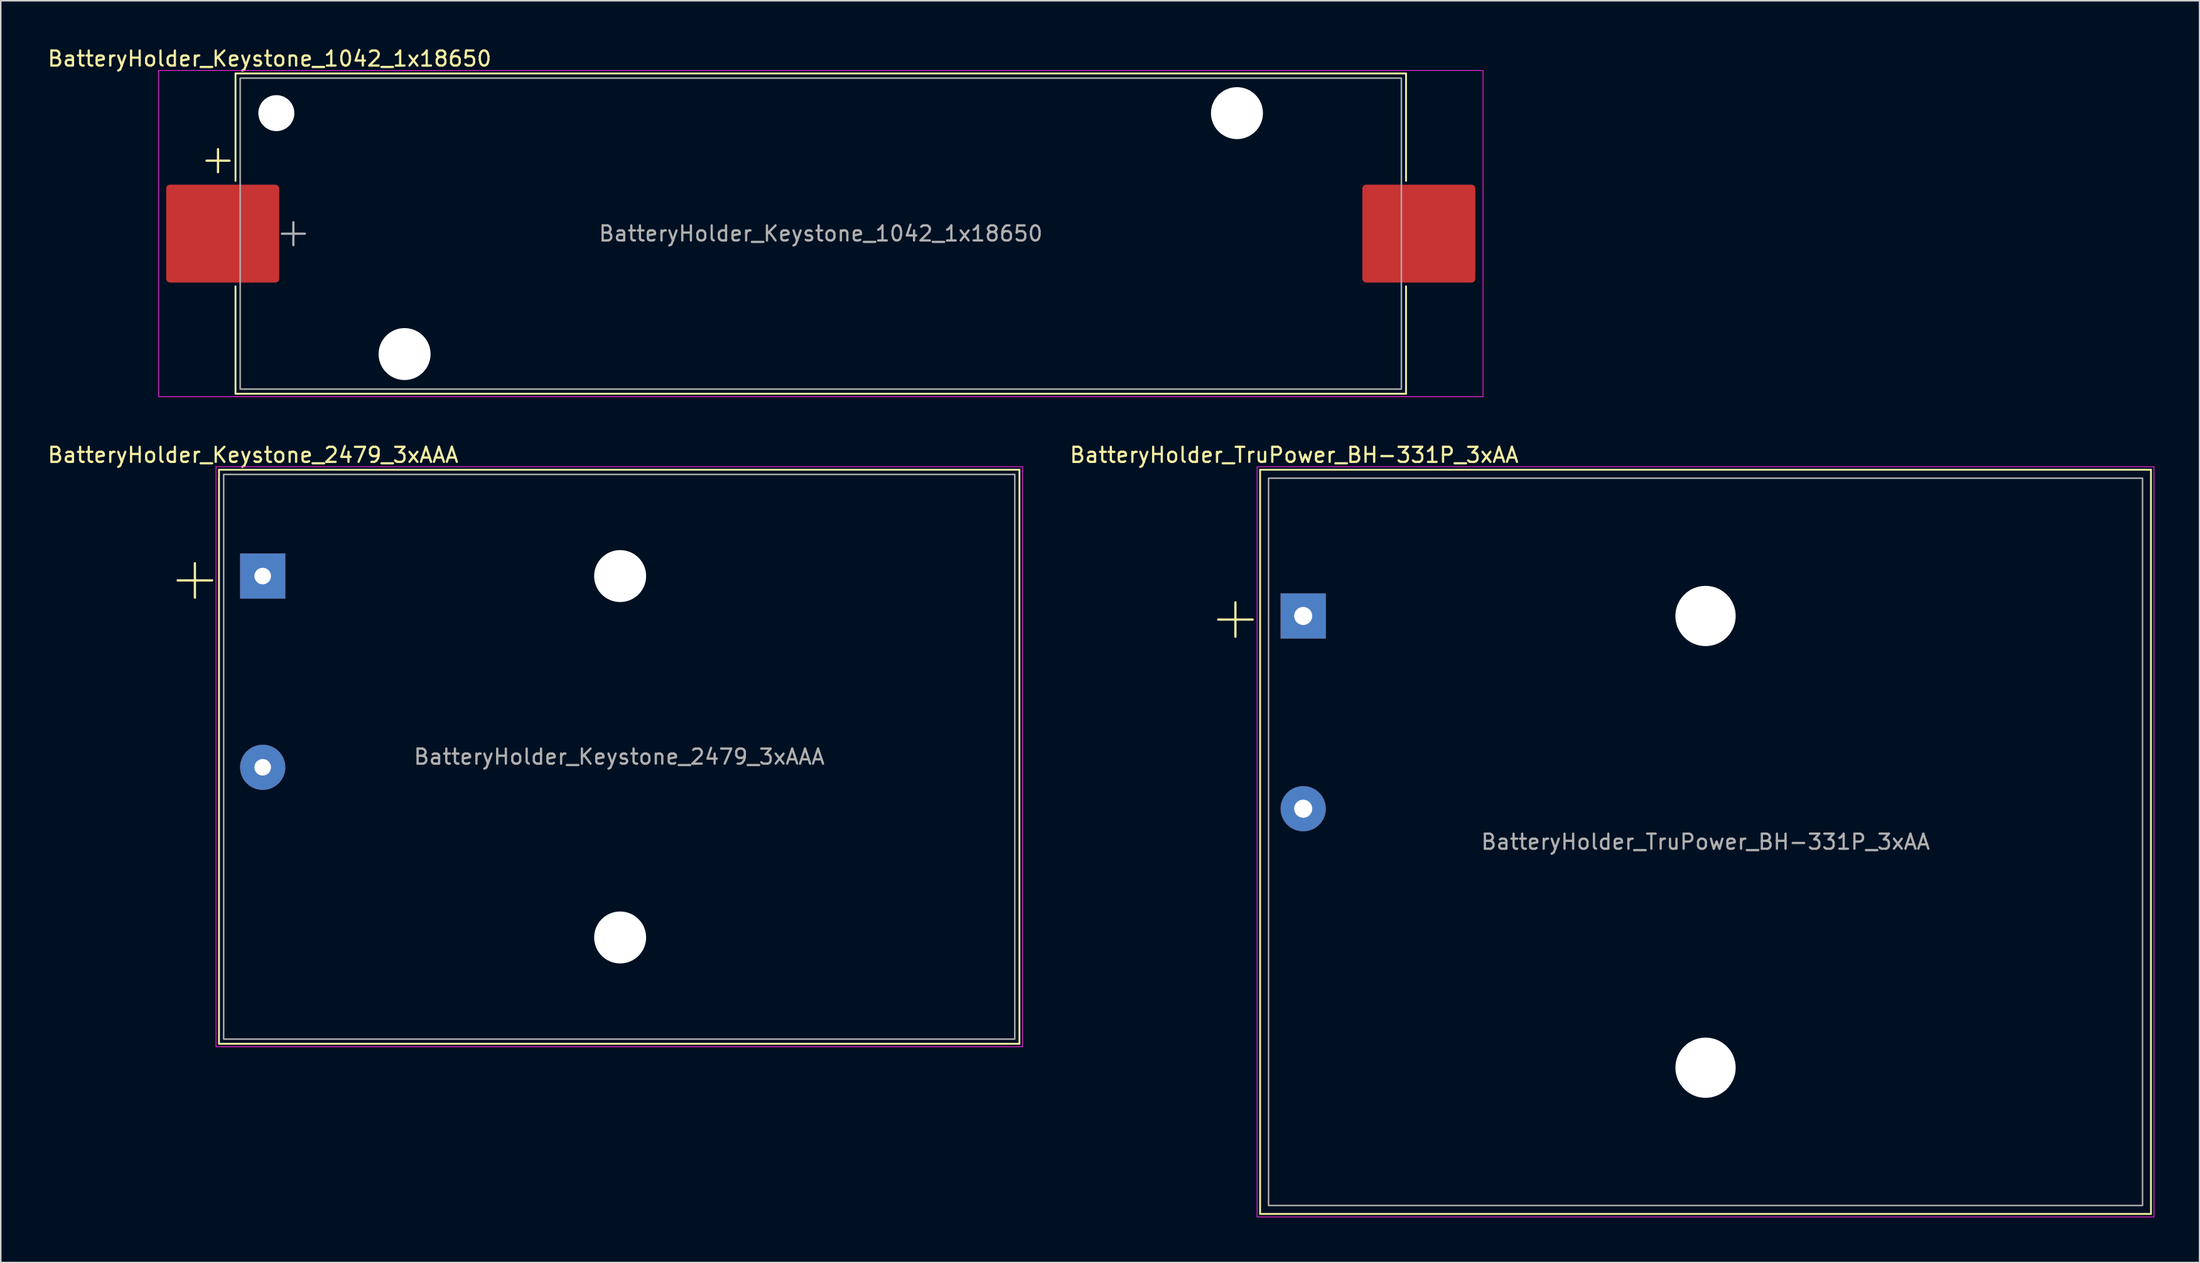
<source format=kicad_pcb>
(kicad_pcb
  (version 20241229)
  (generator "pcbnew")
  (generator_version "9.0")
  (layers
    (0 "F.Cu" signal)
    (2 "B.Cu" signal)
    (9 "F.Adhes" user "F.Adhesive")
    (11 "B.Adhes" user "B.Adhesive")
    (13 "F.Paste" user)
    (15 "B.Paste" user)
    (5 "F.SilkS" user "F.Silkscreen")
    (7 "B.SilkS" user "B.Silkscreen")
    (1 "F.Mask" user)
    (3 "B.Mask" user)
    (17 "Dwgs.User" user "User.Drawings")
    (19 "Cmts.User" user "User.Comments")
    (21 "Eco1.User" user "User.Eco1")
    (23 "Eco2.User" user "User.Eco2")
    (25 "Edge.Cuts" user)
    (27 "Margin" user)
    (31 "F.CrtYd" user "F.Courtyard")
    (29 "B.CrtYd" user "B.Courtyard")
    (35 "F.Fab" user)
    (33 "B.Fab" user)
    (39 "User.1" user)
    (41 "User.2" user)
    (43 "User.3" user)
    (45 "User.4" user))
  (footprint "BatteryHolder_Keystone_2479_3xAAA"
    (layer "F.Cu")
    (at 14.384 35.206)
    (property "Reference" "BatteryHolder_Keystone_2479_3xAAA" (at -0.64 -8.04 0) (layer "F.SilkS") (effects (font (size 1 1) (thickness 0.15))))
    (attr through_hole)
    (fp_line (start -2.9 -7.06) (end -2.9 31.06) (stroke (width 0.12) (type solid)) (layer "F.SilkS"))
    (fp_line (start -2.9 -7.06) (end 50.22 -7.06) (stroke (width 0.12) (type solid)) (layer "F.SilkS"))
    (fp_line (start -2.9 31.06) (end 50.22 31.06) (stroke (width 0.12) (type solid)) (layer "F.SilkS"))
    (fp_line (start 50.22 -7.06) (end 50.22 31.06) (stroke (width 0.12) (type solid)) (layer "F.SilkS"))
    (fp_line (start -3.1 -7.26) (end -3.1 31.26) (stroke (width 0.05) (type solid)) (layer "F.CrtYd"))
    (fp_line (start -3.1 31.26) (end 50.42 31.26) (stroke (width 0.05) (type solid)) (layer "F.CrtYd"))
    (fp_line (start 50.42 -7.26) (end -3.1 -7.26) (stroke (width 0.05) (type solid)) (layer "F.CrtYd"))
    (fp_line (start 50.42 31.26) (end 50.42 -7.26) (stroke (width 0.05) (type solid)) (layer "F.CrtYd"))
    (fp_rect (start -2.59 -6.75) (end 49.91 30.75) (stroke (width 0.1) (type solid)) (fill no) (layer "F.Fab"))
    (fp_text user "+" (at -4.5 0.05 0) (layer "F.SilkS") (effects (font (size 3 3) (thickness 0.15))))
    (fp_text user "${REFERENCE}" (at 23.66 12 0) (layer "F.Fab") (effects (font (size 1 1) (thickness 0.15))))
    (pad "" np_thru_hole circle (at 23.72 0) (size 3.45 3.45) (drill 3.45) (layers "*.Cu" "*.Mask"))
    (pad "" np_thru_hole circle (at 23.72 24) (size 3.45 3.45) (drill 3.45) (layers "*.Cu" "*.Mask"))
    (pad "1" thru_hole rect (at 0 0) (size 3 3) (drill 1.1) (layers "*.Cu" "*.Mask"))
    (pad "2" thru_hole circle (at 0 12.7) (size 3 3) (drill 1.1) (layers "*.Cu" "*.Mask")))
  (footprint "BatteryHolder_TruPower_BH-331P_3xAA"
    (layer "F.Cu")
    (at 83.435 37.856)
    (property "Reference" "BatteryHolder_TruPower_BH-331P_3xAA" (at -0.6 -10.69 0) (layer "F.SilkS") (effects (font (size 1 1) (thickness 0.15))))
    (attr through_hole)
    (fp_line (start -2.86 -9.71) (end -2.86 39.71) (stroke (width 0.12) (type solid)) (layer "F.SilkS"))
    (fp_line (start -2.86 -9.71) (end 56.26 -9.71) (stroke (width 0.12) (type solid)) (layer "F.SilkS"))
    (fp_line (start -2.86 39.71) (end 56.26 39.71) (stroke (width 0.12) (type solid)) (layer "F.SilkS"))
    (fp_line (start 56.26 -9.71) (end 56.26 39.71) (stroke (width 0.12) (type solid)) (layer "F.SilkS"))
    (fp_line (start -3.06 -9.91) (end -3.06 39.91) (stroke (width 0.05) (type solid)) (layer "F.CrtYd"))
    (fp_line (start -3.06 39.91) (end 56.46 39.91) (stroke (width 0.05) (type solid)) (layer "F.CrtYd"))
    (fp_line (start 56.46 -9.91) (end -3.06 -9.91) (stroke (width 0.05) (type solid)) (layer "F.CrtYd"))
    (fp_line (start 56.46 39.91) (end 56.46 -9.91) (stroke (width 0.05) (type solid)) (layer "F.CrtYd"))
    (fp_rect (start -2.3 -9.15) (end 55.7 39.15) (stroke (width 0.1) (type solid)) (fill no) (layer "F.Fab"))
    (fp_text user "+" (at -4.5 0 0) (layer "F.SilkS") (effects (font (size 3 3) (thickness 0.15))))
    (fp_text user "${REFERENCE}" (at 26.7 15 0) (layer "F.Fab") (effects (font (size 1 1) (thickness 0.15))))
    (pad "" np_thru_hole circle (at 26.7 0) (size 4 4) (drill 4) (layers "*.Cu" "*.Mask"))
    (pad "" np_thru_hole circle (at 26.7 30) (size 4 4) (drill 4) (layers "*.Cu" "*.Mask"))
    (pad "1" thru_hole rect (at 0 0) (size 3 3) (drill 1.2) (layers "*.Cu" "*.Mask"))
    (pad "2" thru_hole circle (at 0 12.8) (size 3 3) (drill 1.2) (layers "*.Cu" "*.Mask")))
  (footprint "BatteryHolder_Keystone_1042_1x18650"
    (layer "F.Cu")
    (at 51.419 12.463)
    (property "Reference" "BatteryHolder_Keystone_1042_1x18650" (at -36.58 -11.615 0) (layer "F.SilkS") (effects (font (size 1 1) (thickness 0.15))))
    (attr smd)
    (fp_line (start -38.84 -10.635) (end -38.84 -3.5) (stroke (width 0.12) (type solid)) (layer "F.SilkS"))
    (fp_line (start -38.84 -10.635) (end 38.84 -10.635) (stroke (width 0.12) (type solid)) (layer "F.SilkS"))
    (fp_line (start -38.84 3.5) (end -38.84 10.635) (stroke (width 0.12) (type solid)) (layer "F.SilkS"))
    (fp_line (start -38.84 10.635) (end 38.84 10.635) (stroke (width 0.12) (type solid)) (layer "F.SilkS"))
    (fp_line (start 38.84 -10.635) (end 38.84 -3.5) (stroke (width 0.12) (type solid)) (layer "F.SilkS"))
    (fp_line (start 38.84 3.5) (end 38.84 10.635) (stroke (width 0.12) (type solid)) (layer "F.SilkS"))
    (fp_line (start -43.95 -10.83) (end -43.95 10.83) (stroke (width 0.05) (type solid)) (layer "F.CrtYd"))
    (fp_line (start -43.95 10.83) (end 43.95 10.83) (stroke (width 0.05) (type solid)) (layer "F.CrtYd"))
    (fp_line (start 43.95 -10.83) (end -43.95 -10.83) (stroke (width 0.05) (type solid)) (layer "F.CrtYd"))
    (fp_line (start 43.95 10.83) (end 43.95 -10.83) (stroke (width 0.05) (type solid)) (layer "F.CrtYd"))
    (fp_rect (start -38.53 -10.325) (end 38.53 10.325) (stroke (width 0.1) (type solid)) (fill no) (layer "F.Fab"))
    (fp_text user "+" (at -40 -5 0) (layer "F.SilkS") (effects (font (size 2 2) (thickness 0.15))))
    (fp_text user "+" (at -35 -0.15 0) (layer "F.Fab") (effects (font (size 2 2) (thickness 0.15))))
    (fp_text user "${REFERENCE}" (at 0 0 0) (layer "F.Fab") (effects (font (size 1 1) (thickness 0.15))))
    (pad "" np_thru_hole circle (at -36.13 -8) (size 2.39 2.39) (drill 2.39) (layers "*.Cu" "*.Mask"))
    (pad "" np_thru_hole circle (at -27.62 8) (size 3.45 3.45) (drill 3.45) (layers "*.Cu" "*.Mask"))
    (pad "" np_thru_hole circle (at 27.62 -8) (size 3.45 3.45) (drill 3.45) (layers "*.Cu" "*.Mask"))
    (pad "1" smd roundrect (at -39.69 0) (size 7.5 6.5) (layers "F.Cu" "F.Mask" "F.Paste") (roundrect_rratio 0.038))
    (pad "2" smd roundrect (at 39.69 0) (size 7.5 6.5) (layers "F.Cu" "F.Mask" "F.Paste") (roundrect_rratio 0.038)))
  (gr_rect
    (start -3 -3)
    (end 142.92 80.791)
    (stroke (width 0.1) (type default))
    (fill no)
    (layer "Edge.Cuts")))
</source>
